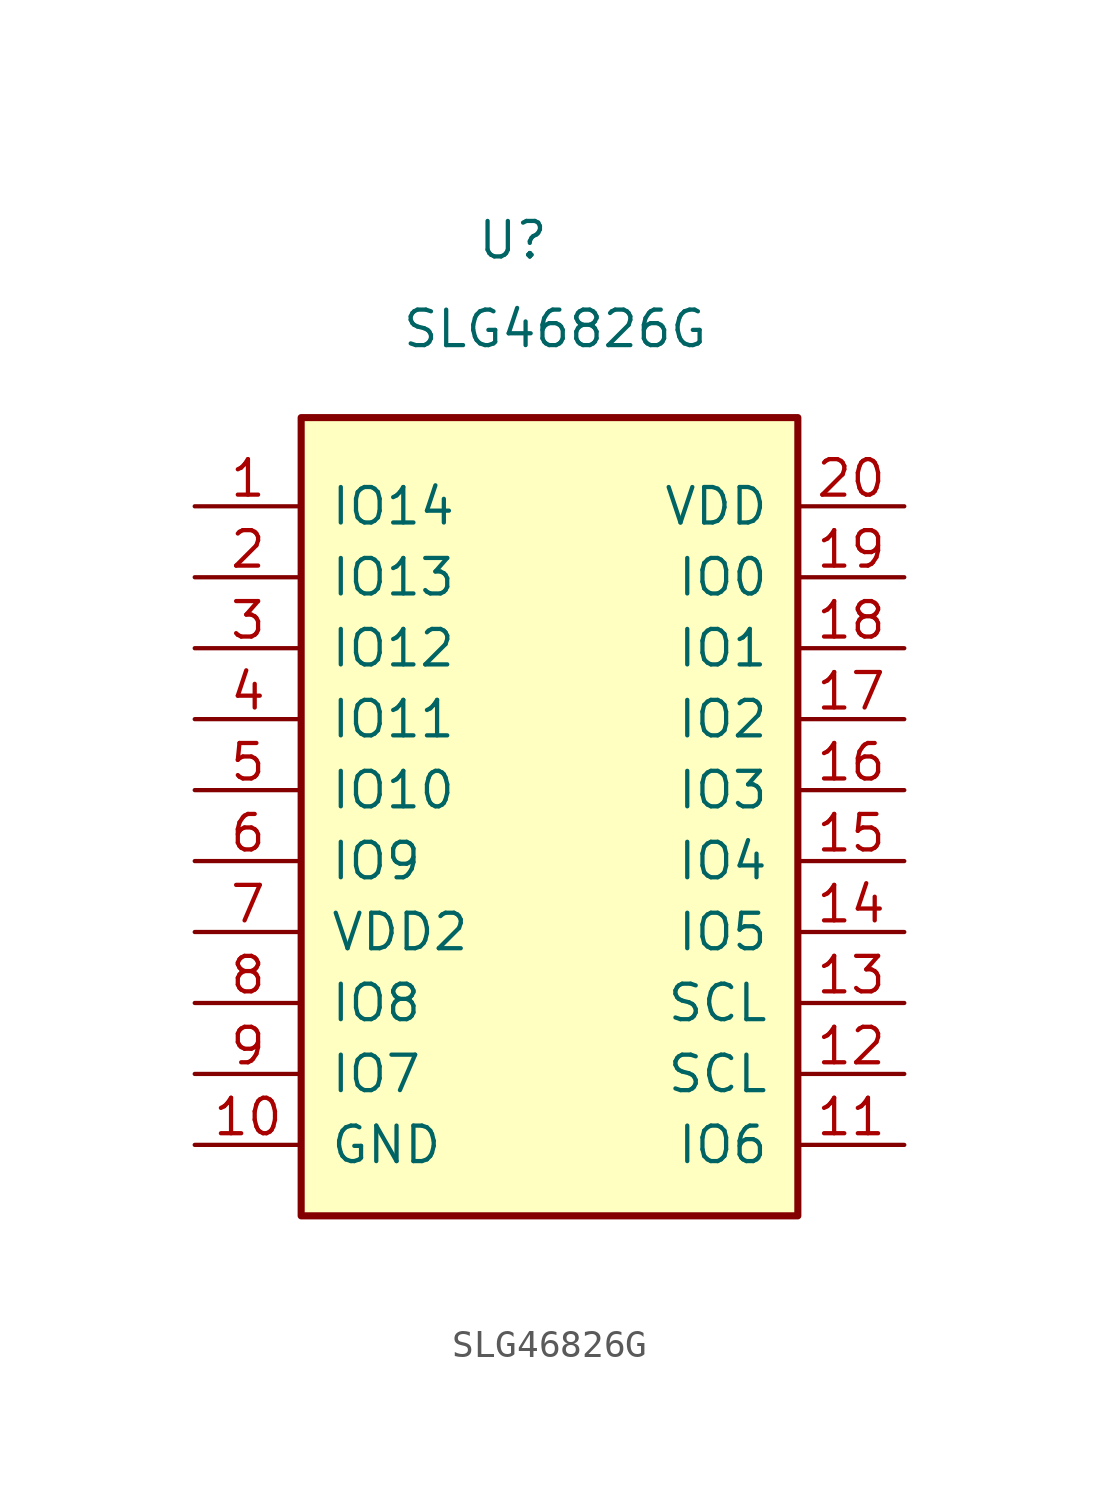
<source format=kicad_sym>
(kicad_symbol_lib
  (version 20220914)
  (generator kicad_symbol_editor)
  (symbol "SLG46826G"
    (pin_names
      (offset 1.016))
    (property "Reference" "U"
      (at 0 20.955 0)
      (effects (font (size 1.27 1.27)) (justify right)))
    (property "Value" "SLG46826G"
      (at 5.715 17.78 0)
      (effects (font (size 1.27 1.27)) (justify right)))
    (symbol "SLG46826G_0_1"
      (rectangle (start -8.89 14.605) (end 8.89 -13.97) (stroke (width 0.254) (type default)) (fill (type background))))
    (symbol "SLG46826G_1_1"
      (pin tri_state line (at -12.7 11.43 0) (length 3.81) (name "IO14" (effects (font (size 1.27 1.27)))) (number "1" (effects (font (size 1.27 1.27)))))
      (pin power_in line (at -12.7 -11.43 0) (length 3.81) (name "GND" (effects (font (size 1.27 1.27)))) (number "10" (effects (font (size 1.27 1.27)))))
      (pin tri_state line (at 12.7 -11.43 180) (length 3.81) (name "IO6" (effects (font (size 1.27 1.27)))) (number "11" (effects (font (size 1.27 1.27)))))
      (pin tri_state line (at 12.7 -8.89 180) (length 3.81) (name "SCL" (effects (font (size 1.27 1.27)))) (number "12" (effects (font (size 1.27 1.27)))))
      (pin tri_state line (at 12.7 -6.35 180) (length 3.81) (name "SCL" (effects (font (size 1.27 1.27)))) (number "13" (effects (font (size 1.27 1.27)))))
      (pin tri_state line (at 12.7 -3.81 180) (length 3.81) (name "IO5" (effects (font (size 1.27 1.27)))) (number "14" (effects (font (size 1.27 1.27)))))
      (pin tri_state line (at 12.7 -1.27 180) (length 3.81) (name "IO4" (effects (font (size 1.27 1.27)))) (number "15" (effects (font (size 1.27 1.27)))))
      (pin tri_state line (at 12.7 1.27 180) (length 3.81) (name "IO3" (effects (font (size 1.27 1.27)))) (number "16" (effects (font (size 1.27 1.27)))))
      (pin tri_state line (at 12.7 3.81 180) (length 3.81) (name "IO2" (effects (font (size 1.27 1.27)))) (number "17" (effects (font (size 1.27 1.27)))))
      (pin tri_state line (at 12.7 6.35 180) (length 3.81) (name "IO1" (effects (font (size 1.27 1.27)))) (number "18" (effects (font (size 1.27 1.27)))))
      (pin tri_state line (at 12.7 8.89 180) (length 3.81) (name "IO0" (effects (font (size 1.27 1.27)))) (number "19" (effects (font (size 1.27 1.27)))))
      (pin tri_state line (at -12.7 8.89 0) (length 3.81) (name "IO13" (effects (font (size 1.27 1.27)))) (number "2" (effects (font (size 1.27 1.27)))))
      (pin power_in line (at 12.7 11.43 180) (length 3.81) (name "VDD" (effects (font (size 1.27 1.27)))) (number "20" (effects (font (size 1.27 1.27)))))
      (pin tri_state line (at -12.7 6.35 0) (length 3.81) (name "IO12" (effects (font (size 1.27 1.27)))) (number "3" (effects (font (size 1.27 1.27)))))
      (pin tri_state line (at -12.7 3.81 0) (length 3.81) (name "IO11" (effects (font (size 1.27 1.27)))) (number "4" (effects (font (size 1.27 1.27)))))
      (pin tri_state line (at -12.7 1.27 0) (length 3.81) (name "IO10" (effects (font (size 1.27 1.27)))) (number "5" (effects (font (size 1.27 1.27)))))
      (pin tri_state line (at -12.7 -1.27 0) (length 3.81) (name "IO9" (effects (font (size 1.27 1.27)))) (number "6" (effects (font (size 1.27 1.27)))))
      (pin power_in line (at -12.7 -3.81 0) (length 3.81) (name "VDD2" (effects (font (size 1.27 1.27)))) (number "7" (effects (font (size 1.27 1.27)))))
      (pin tri_state line (at -12.7 -6.35 0) (length 3.81) (name "IO8" (effects (font (size 1.27 1.27)))) (number "8" (effects (font (size 1.27 1.27)))))
      (pin tri_state line (at -12.7 -8.89 0) (length 3.81) (name "IO7" (effects (font (size 1.27 1.27)))) (number "9" (effects (font (size 1.27 1.27))))))))
</source>
